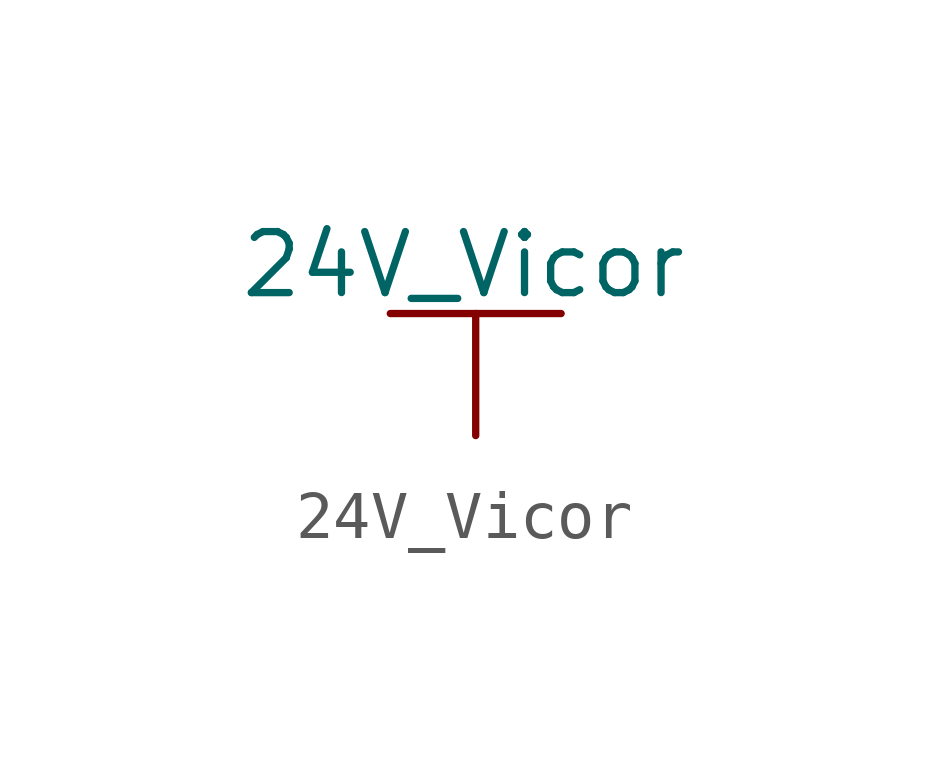
<source format=kicad_sym>
(kicad_symbol_lib
  (version 20220914)
  (generator kicad_symbol_editor)
  (symbol "24V_Vicor"
    (power)
    (pin_numbers hide)
    (pin_names
      (offset 0) hide)
    (property "Reference" "#PWR"
      (at 0 -3.81 0)
      (effects (font (size 1.27 1.27)) hide))
    (property "Value" "24V_Vicor"
      (at -0.254 3.556 0)
      (effects (font (size 1.27 1.27))))
    (property "Footprint" ""
      (at 0 0 0)
      (effects (font (size 1.524 1.524))))
    (property "Datasheet" ""
      (at 0 0 0)
      (effects (font (size 1.524 1.524))))
    (symbol "24V_Vicor_0_1"
      (polyline (pts (xy -1.778 2.54) (xy 0 2.54)) (stroke (width 0) (type default)) (fill (type none)))
      (polyline (pts (xy 0 0) (xy 0 2.54)) (stroke (width 0) (type default)) (fill (type none)))
      (polyline (pts (xy 0 2.54) (xy 1.778 2.54)) (stroke (width 0) (type default)) (fill (type none))))
    (symbol "24V_Vicor_1_1"
      (pin power_in line (at 0 0 90) (length 0) hide (name "24V_Vicor" (effects (font (size 1.27 1.27)))) (number "1" (effects (font (size 1.27 1.27))))))))
</source>
